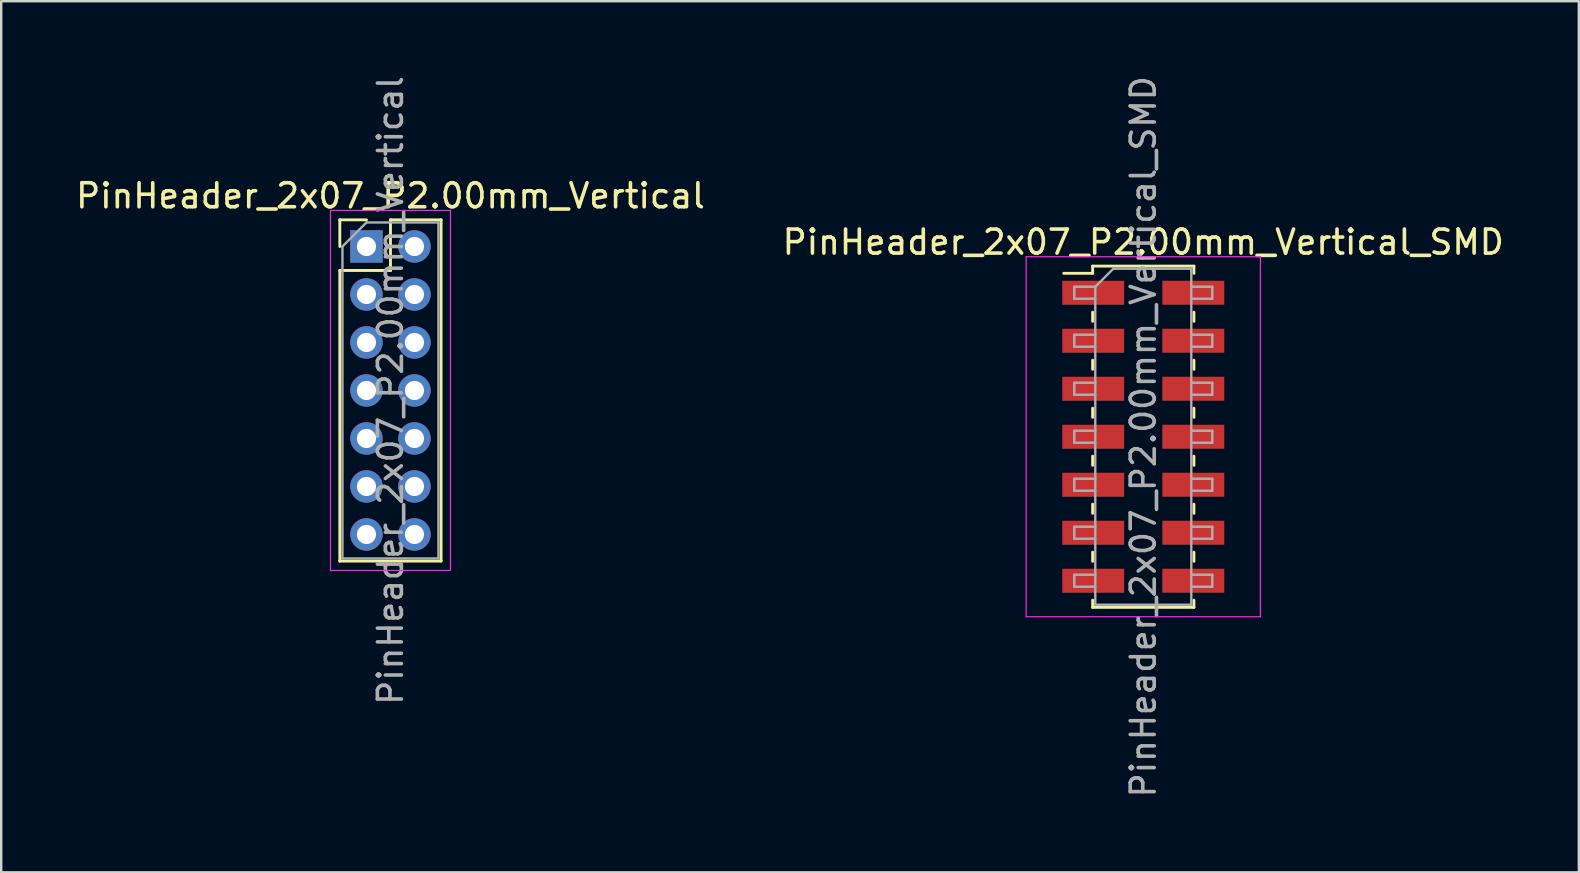
<source format=kicad_pcb>
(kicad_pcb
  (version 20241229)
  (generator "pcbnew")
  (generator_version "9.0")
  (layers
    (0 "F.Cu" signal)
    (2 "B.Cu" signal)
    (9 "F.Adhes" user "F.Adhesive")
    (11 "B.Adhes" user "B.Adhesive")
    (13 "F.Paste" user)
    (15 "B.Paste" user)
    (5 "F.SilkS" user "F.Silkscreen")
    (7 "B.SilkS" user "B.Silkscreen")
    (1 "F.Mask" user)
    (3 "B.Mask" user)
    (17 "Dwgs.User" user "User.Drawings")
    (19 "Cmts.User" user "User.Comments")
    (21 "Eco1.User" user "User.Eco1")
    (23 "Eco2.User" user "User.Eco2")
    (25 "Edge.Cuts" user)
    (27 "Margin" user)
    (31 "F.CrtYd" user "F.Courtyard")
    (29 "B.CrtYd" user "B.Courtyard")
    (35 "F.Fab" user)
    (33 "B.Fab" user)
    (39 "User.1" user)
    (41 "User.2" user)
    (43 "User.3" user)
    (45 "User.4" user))
  (footprint "PinHeader_2x07_P2.00mm_Vertical_SMD"
    (layer "F.Cu")
    (at 44.589 15.149)
    (property "Reference" "PinHeader_2x07_P2.00mm_Vertical_SMD" (at 0 -8.11 0) (layer "F.SilkS") (effects (font (size 1 1) (thickness 0.15))))
    (attr smd)
    (fp_line (start -3.315 -6.81) (end -2.11 -6.81) (stroke (width 0.12) (type solid)) (layer "F.SilkS"))
    (fp_line (start -2.11 -7.11) (end -2.11 -6.81) (stroke (width 0.12) (type solid)) (layer "F.SilkS"))
    (fp_line (start -2.11 -7.11) (end 2.11 -7.11) (stroke (width 0.12) (type solid)) (layer "F.SilkS"))
    (fp_line (start -2.11 -5.19) (end -2.11 -4.81) (stroke (width 0.12) (type solid)) (layer "F.SilkS"))
    (fp_line (start -2.11 -3.19) (end -2.11 -2.81) (stroke (width 0.12) (type solid)) (layer "F.SilkS"))
    (fp_line (start -2.11 -1.19) (end -2.11 -0.81) (stroke (width 0.12) (type solid)) (layer "F.SilkS"))
    (fp_line (start -2.11 0.81) (end -2.11 1.19) (stroke (width 0.12) (type solid)) (layer "F.SilkS"))
    (fp_line (start -2.11 2.81) (end -2.11 3.19) (stroke (width 0.12) (type solid)) (layer "F.SilkS"))
    (fp_line (start -2.11 4.81) (end -2.11 5.19) (stroke (width 0.12) (type solid)) (layer "F.SilkS"))
    (fp_line (start -2.11 6.81) (end -2.11 7.11) (stroke (width 0.12) (type solid)) (layer "F.SilkS"))
    (fp_line (start -2.11 7.11) (end 2.11 7.11) (stroke (width 0.12) (type solid)) (layer "F.SilkS"))
    (fp_line (start 2.11 -7.11) (end 2.11 -6.81) (stroke (width 0.12) (type solid)) (layer "F.SilkS"))
    (fp_line (start 2.11 -5.19) (end 2.11 -4.81) (stroke (width 0.12) (type solid)) (layer "F.SilkS"))
    (fp_line (start 2.11 -3.19) (end 2.11 -2.81) (stroke (width 0.12) (type solid)) (layer "F.SilkS"))
    (fp_line (start 2.11 -1.19) (end 2.11 -0.81) (stroke (width 0.12) (type solid)) (layer "F.SilkS"))
    (fp_line (start 2.11 0.81) (end 2.11 1.19) (stroke (width 0.12) (type solid)) (layer "F.SilkS"))
    (fp_line (start 2.11 2.81) (end 2.11 3.19) (stroke (width 0.12) (type solid)) (layer "F.SilkS"))
    (fp_line (start 2.11 4.81) (end 2.11 5.19) (stroke (width 0.12) (type solid)) (layer "F.SilkS"))
    (fp_line (start 2.11 6.81) (end 2.11 7.11) (stroke (width 0.12) (type solid)) (layer "F.SilkS"))
    (fp_line (start -4.88 -7.5) (end -4.88 7.5) (stroke (width 0.05) (type solid)) (layer "F.CrtYd"))
    (fp_line (start -4.88 7.5) (end 4.88 7.5) (stroke (width 0.05) (type solid)) (layer "F.CrtYd"))
    (fp_line (start 4.88 -7.5) (end -4.88 -7.5) (stroke (width 0.05) (type solid)) (layer "F.CrtYd"))
    (fp_line (start 4.88 7.5) (end 4.88 -7.5) (stroke (width 0.05) (type solid)) (layer "F.CrtYd"))
    (fp_line (start -2.875 -6.25) (end -2.875 -5.75) (stroke (width 0.1) (type solid)) (layer "F.Fab"))
    (fp_line (start -2.875 -5.75) (end -2 -5.75) (stroke (width 0.1) (type solid)) (layer "F.Fab"))
    (fp_line (start -2.875 -4.25) (end -2.875 -3.75) (stroke (width 0.1) (type solid)) (layer "F.Fab"))
    (fp_line (start -2.875 -3.75) (end -2 -3.75) (stroke (width 0.1) (type solid)) (layer "F.Fab"))
    (fp_line (start -2.875 -2.25) (end -2.875 -1.75) (stroke (width 0.1) (type solid)) (layer "F.Fab"))
    (fp_line (start -2.875 -1.75) (end -2 -1.75) (stroke (width 0.1) (type solid)) (layer "F.Fab"))
    (fp_line (start -2.875 -0.25) (end -2.875 0.25) (stroke (width 0.1) (type solid)) (layer "F.Fab"))
    (fp_line (start -2.875 0.25) (end -2 0.25) (stroke (width 0.1) (type solid)) (layer "F.Fab"))
    (fp_line (start -2.875 1.75) (end -2.875 2.25) (stroke (width 0.1) (type solid)) (layer "F.Fab"))
    (fp_line (start -2.875 2.25) (end -2 2.25) (stroke (width 0.1) (type solid)) (layer "F.Fab"))
    (fp_line (start -2.875 3.75) (end -2.875 4.25) (stroke (width 0.1) (type solid)) (layer "F.Fab"))
    (fp_line (start -2.875 4.25) (end -2 4.25) (stroke (width 0.1) (type solid)) (layer "F.Fab"))
    (fp_line (start -2.875 5.75) (end -2.875 6.25) (stroke (width 0.1) (type solid)) (layer "F.Fab"))
    (fp_line (start -2.875 6.25) (end -2 6.25) (stroke (width 0.1) (type solid)) (layer "F.Fab"))
    (fp_line (start -2 -6.25) (end -2.875 -6.25) (stroke (width 0.1) (type solid)) (layer "F.Fab"))
    (fp_line (start -2 -6.25) (end -1.25 -7) (stroke (width 0.1) (type solid)) (layer "F.Fab"))
    (fp_line (start -2 -4.25) (end -2.875 -4.25) (stroke (width 0.1) (type solid)) (layer "F.Fab"))
    (fp_line (start -2 -2.25) (end -2.875 -2.25) (stroke (width 0.1) (type solid)) (layer "F.Fab"))
    (fp_line (start -2 -0.25) (end -2.875 -0.25) (stroke (width 0.1) (type solid)) (layer "F.Fab"))
    (fp_line (start -2 1.75) (end -2.875 1.75) (stroke (width 0.1) (type solid)) (layer "F.Fab"))
    (fp_line (start -2 3.75) (end -2.875 3.75) (stroke (width 0.1) (type solid)) (layer "F.Fab"))
    (fp_line (start -2 5.75) (end -2.875 5.75) (stroke (width 0.1) (type solid)) (layer "F.Fab"))
    (fp_line (start -2 7) (end -2 -6.25) (stroke (width 0.1) (type solid)) (layer "F.Fab"))
    (fp_line (start -1.25 -7) (end 2 -7) (stroke (width 0.1) (type solid)) (layer "F.Fab"))
    (fp_line (start 2 -7) (end 2 7) (stroke (width 0.1) (type solid)) (layer "F.Fab"))
    (fp_line (start 2 -6.25) (end 2.875 -6.25) (stroke (width 0.1) (type solid)) (layer "F.Fab"))
    (fp_line (start 2 -4.25) (end 2.875 -4.25) (stroke (width 0.1) (type solid)) (layer "F.Fab"))
    (fp_line (start 2 -2.25) (end 2.875 -2.25) (stroke (width 0.1) (type solid)) (layer "F.Fab"))
    (fp_line (start 2 -0.25) (end 2.875 -0.25) (stroke (width 0.1) (type solid)) (layer "F.Fab"))
    (fp_line (start 2 1.75) (end 2.875 1.75) (stroke (width 0.1) (type solid)) (layer "F.Fab"))
    (fp_line (start 2 3.75) (end 2.875 3.75) (stroke (width 0.1) (type solid)) (layer "F.Fab"))
    (fp_line (start 2 5.75) (end 2.875 5.75) (stroke (width 0.1) (type solid)) (layer "F.Fab"))
    (fp_line (start 2 7) (end -2 7) (stroke (width 0.1) (type solid)) (layer "F.Fab"))
    (fp_line (start 2.875 -6.25) (end 2.875 -5.75) (stroke (width 0.1) (type solid)) (layer "F.Fab"))
    (fp_line (start 2.875 -5.75) (end 2 -5.75) (stroke (width 0.1) (type solid)) (layer "F.Fab"))
    (fp_line (start 2.875 -4.25) (end 2.875 -3.75) (stroke (width 0.1) (type solid)) (layer "F.Fab"))
    (fp_line (start 2.875 -3.75) (end 2 -3.75) (stroke (width 0.1) (type solid)) (layer "F.Fab"))
    (fp_line (start 2.875 -2.25) (end 2.875 -1.75) (stroke (width 0.1) (type solid)) (layer "F.Fab"))
    (fp_line (start 2.875 -1.75) (end 2 -1.75) (stroke (width 0.1) (type solid)) (layer "F.Fab"))
    (fp_line (start 2.875 -0.25) (end 2.875 0.25) (stroke (width 0.1) (type solid)) (layer "F.Fab"))
    (fp_line (start 2.875 0.25) (end 2 0.25) (stroke (width 0.1) (type solid)) (layer "F.Fab"))
    (fp_line (start 2.875 1.75) (end 2.875 2.25) (stroke (width 0.1) (type solid)) (layer "F.Fab"))
    (fp_line (start 2.875 2.25) (end 2 2.25) (stroke (width 0.1) (type solid)) (layer "F.Fab"))
    (fp_line (start 2.875 3.75) (end 2.875 4.25) (stroke (width 0.1) (type solid)) (layer "F.Fab"))
    (fp_line (start 2.875 4.25) (end 2 4.25) (stroke (width 0.1) (type solid)) (layer "F.Fab"))
    (fp_line (start 2.875 5.75) (end 2.875 6.25) (stroke (width 0.1) (type solid)) (layer "F.Fab"))
    (fp_line (start 2.875 6.25) (end 2 6.25) (stroke (width 0.1) (type solid)) (layer "F.Fab"))
    (fp_text user "${REFERENCE}" (at 0 0 90) (layer "F.Fab") (effects (font (size 1 1) (thickness 0.15))))
    (pad "1" smd rect (at -2.085 -6) (size 2.58 1) (layers "F.Cu" "F.Mask" "F.Paste"))
    (pad "2" smd rect (at 2.085 -6) (size 2.58 1) (layers "F.Cu" "F.Mask" "F.Paste"))
    (pad "3" smd rect (at -2.085 -4) (size 2.58 1) (layers "F.Cu" "F.Mask" "F.Paste"))
    (pad "4" smd rect (at 2.085 -4) (size 2.58 1) (layers "F.Cu" "F.Mask" "F.Paste"))
    (pad "5" smd rect (at -2.085 -2) (size 2.58 1) (layers "F.Cu" "F.Mask" "F.Paste"))
    (pad "6" smd rect (at 2.085 -2) (size 2.58 1) (layers "F.Cu" "F.Mask" "F.Paste"))
    (pad "7" smd rect (at -2.085 0) (size 2.58 1) (layers "F.Cu" "F.Mask" "F.Paste"))
    (pad "8" smd rect (at 2.085 0) (size 2.58 1) (layers "F.Cu" "F.Mask" "F.Paste"))
    (pad "9" smd rect (at -2.085 2) (size 2.58 1) (layers "F.Cu" "F.Mask" "F.Paste"))
    (pad "10" smd rect (at 2.085 2) (size 2.58 1) (layers "F.Cu" "F.Mask" "F.Paste"))
    (pad "11" smd rect (at -2.085 4) (size 2.58 1) (layers "F.Cu" "F.Mask" "F.Paste"))
    (pad "12" smd rect (at 2.085 4) (size 2.58 1) (layers "F.Cu" "F.Mask" "F.Paste"))
    (pad "13" smd rect (at -2.085 6) (size 2.58 1) (layers "F.Cu" "F.Mask" "F.Paste"))
    (pad "14" smd rect (at 2.085 6) (size 2.58 1) (layers "F.Cu" "F.Mask" "F.Paste")))
  (footprint "PinHeader_2x07_P2.00mm_Vertical"
    (layer "F.Cu")
    (at 12.22 7.22)
    (property "Reference" "PinHeader_2x07_P2.00mm_Vertical" (at 1 -2.11 0) (layer "F.SilkS") (effects (font (size 1 1) (thickness 0.15))))
    (attr through_hole)
    (fp_line (start -1.11 -1.11) (end 0 -1.11) (stroke (width 0.12) (type solid)) (layer "F.SilkS"))
    (fp_line (start -1.11 0) (end -1.11 -1.11) (stroke (width 0.12) (type solid)) (layer "F.SilkS"))
    (fp_line (start -1.11 1) (end -1.11 13.11) (stroke (width 0.12) (type solid)) (layer "F.SilkS"))
    (fp_line (start -1.11 1) (end 1 1) (stroke (width 0.12) (type solid)) (layer "F.SilkS"))
    (fp_line (start -1.11 13.11) (end 3.11 13.11) (stroke (width 0.12) (type solid)) (layer "F.SilkS"))
    (fp_line (start 1 -1.11) (end 3.11 -1.11) (stroke (width 0.12) (type solid)) (layer "F.SilkS"))
    (fp_line (start 1 1) (end 1 -1.11) (stroke (width 0.12) (type solid)) (layer "F.SilkS"))
    (fp_line (start 3.11 -1.11) (end 3.11 13.11) (stroke (width 0.12) (type solid)) (layer "F.SilkS"))
    (fp_line (start -1.5 -1.5) (end -1.5 13.5) (stroke (width 0.05) (type solid)) (layer "F.CrtYd"))
    (fp_line (start -1.5 13.5) (end 3.5 13.5) (stroke (width 0.05) (type solid)) (layer "F.CrtYd"))
    (fp_line (start 3.5 -1.5) (end -1.5 -1.5) (stroke (width 0.05) (type solid)) (layer "F.CrtYd"))
    (fp_line (start 3.5 13.5) (end 3.5 -1.5) (stroke (width 0.05) (type solid)) (layer "F.CrtYd"))
    (fp_line (start -1 0) (end 0 -1) (stroke (width 0.1) (type solid)) (layer "F.Fab"))
    (fp_line (start -1 13) (end -1 0) (stroke (width 0.1) (type solid)) (layer "F.Fab"))
    (fp_line (start 0 -1) (end 3 -1) (stroke (width 0.1) (type solid)) (layer "F.Fab"))
    (fp_line (start 3 -1) (end 3 13) (stroke (width 0.1) (type solid)) (layer "F.Fab"))
    (fp_line (start 3 13) (end -1 13) (stroke (width 0.1) (type solid)) (layer "F.Fab"))
    (fp_text user "${REFERENCE}" (at 1 6 90) (layer "F.Fab") (effects (font (size 1 1) (thickness 0.15))))
    (pad "1" thru_hole rect (at 0 0) (size 1.35 1.35) (drill 0.8) (layers "*.Cu" "*.Mask"))
    (pad "2" thru_hole circle (at 2 0) (size 1.35 1.35) (drill 0.8) (layers "*.Cu" "*.Mask"))
    (pad "3" thru_hole circle (at 0 2) (size 1.35 1.35) (drill 0.8) (layers "*.Cu" "*.Mask"))
    (pad "4" thru_hole circle (at 2 2) (size 1.35 1.35) (drill 0.8) (layers "*.Cu" "*.Mask"))
    (pad "5" thru_hole circle (at 0 4) (size 1.35 1.35) (drill 0.8) (layers "*.Cu" "*.Mask"))
    (pad "6" thru_hole circle (at 2 4) (size 1.35 1.35) (drill 0.8) (layers "*.Cu" "*.Mask"))
    (pad "7" thru_hole circle (at 0 6) (size 1.35 1.35) (drill 0.8) (layers "*.Cu" "*.Mask"))
    (pad "8" thru_hole circle (at 2 6) (size 1.35 1.35) (drill 0.8) (layers "*.Cu" "*.Mask"))
    (pad "9" thru_hole circle (at 0 8) (size 1.35 1.35) (drill 0.8) (layers "*.Cu" "*.Mask"))
    (pad "10" thru_hole circle (at 2 8) (size 1.35 1.35) (drill 0.8) (layers "*.Cu" "*.Mask"))
    (pad "11" thru_hole circle (at 0 10) (size 1.35 1.35) (drill 0.8) (layers "*.Cu" "*.Mask"))
    (pad "12" thru_hole circle (at 2 10) (size 1.35 1.35) (drill 0.8) (layers "*.Cu" "*.Mask"))
    (pad "13" thru_hole circle (at 0 12) (size 1.35 1.35) (drill 0.8) (layers "*.Cu" "*.Mask"))
    (pad "14" thru_hole circle (at 2 12) (size 1.35 1.35) (drill 0.8) (layers "*.Cu" "*.Mask")))
  (gr_rect
    (start -3 -3)
    (end 62.738 33.298)
    (stroke (width 0.1) (type default))
    (fill no)
    (layer "Edge.Cuts")))
</source>
